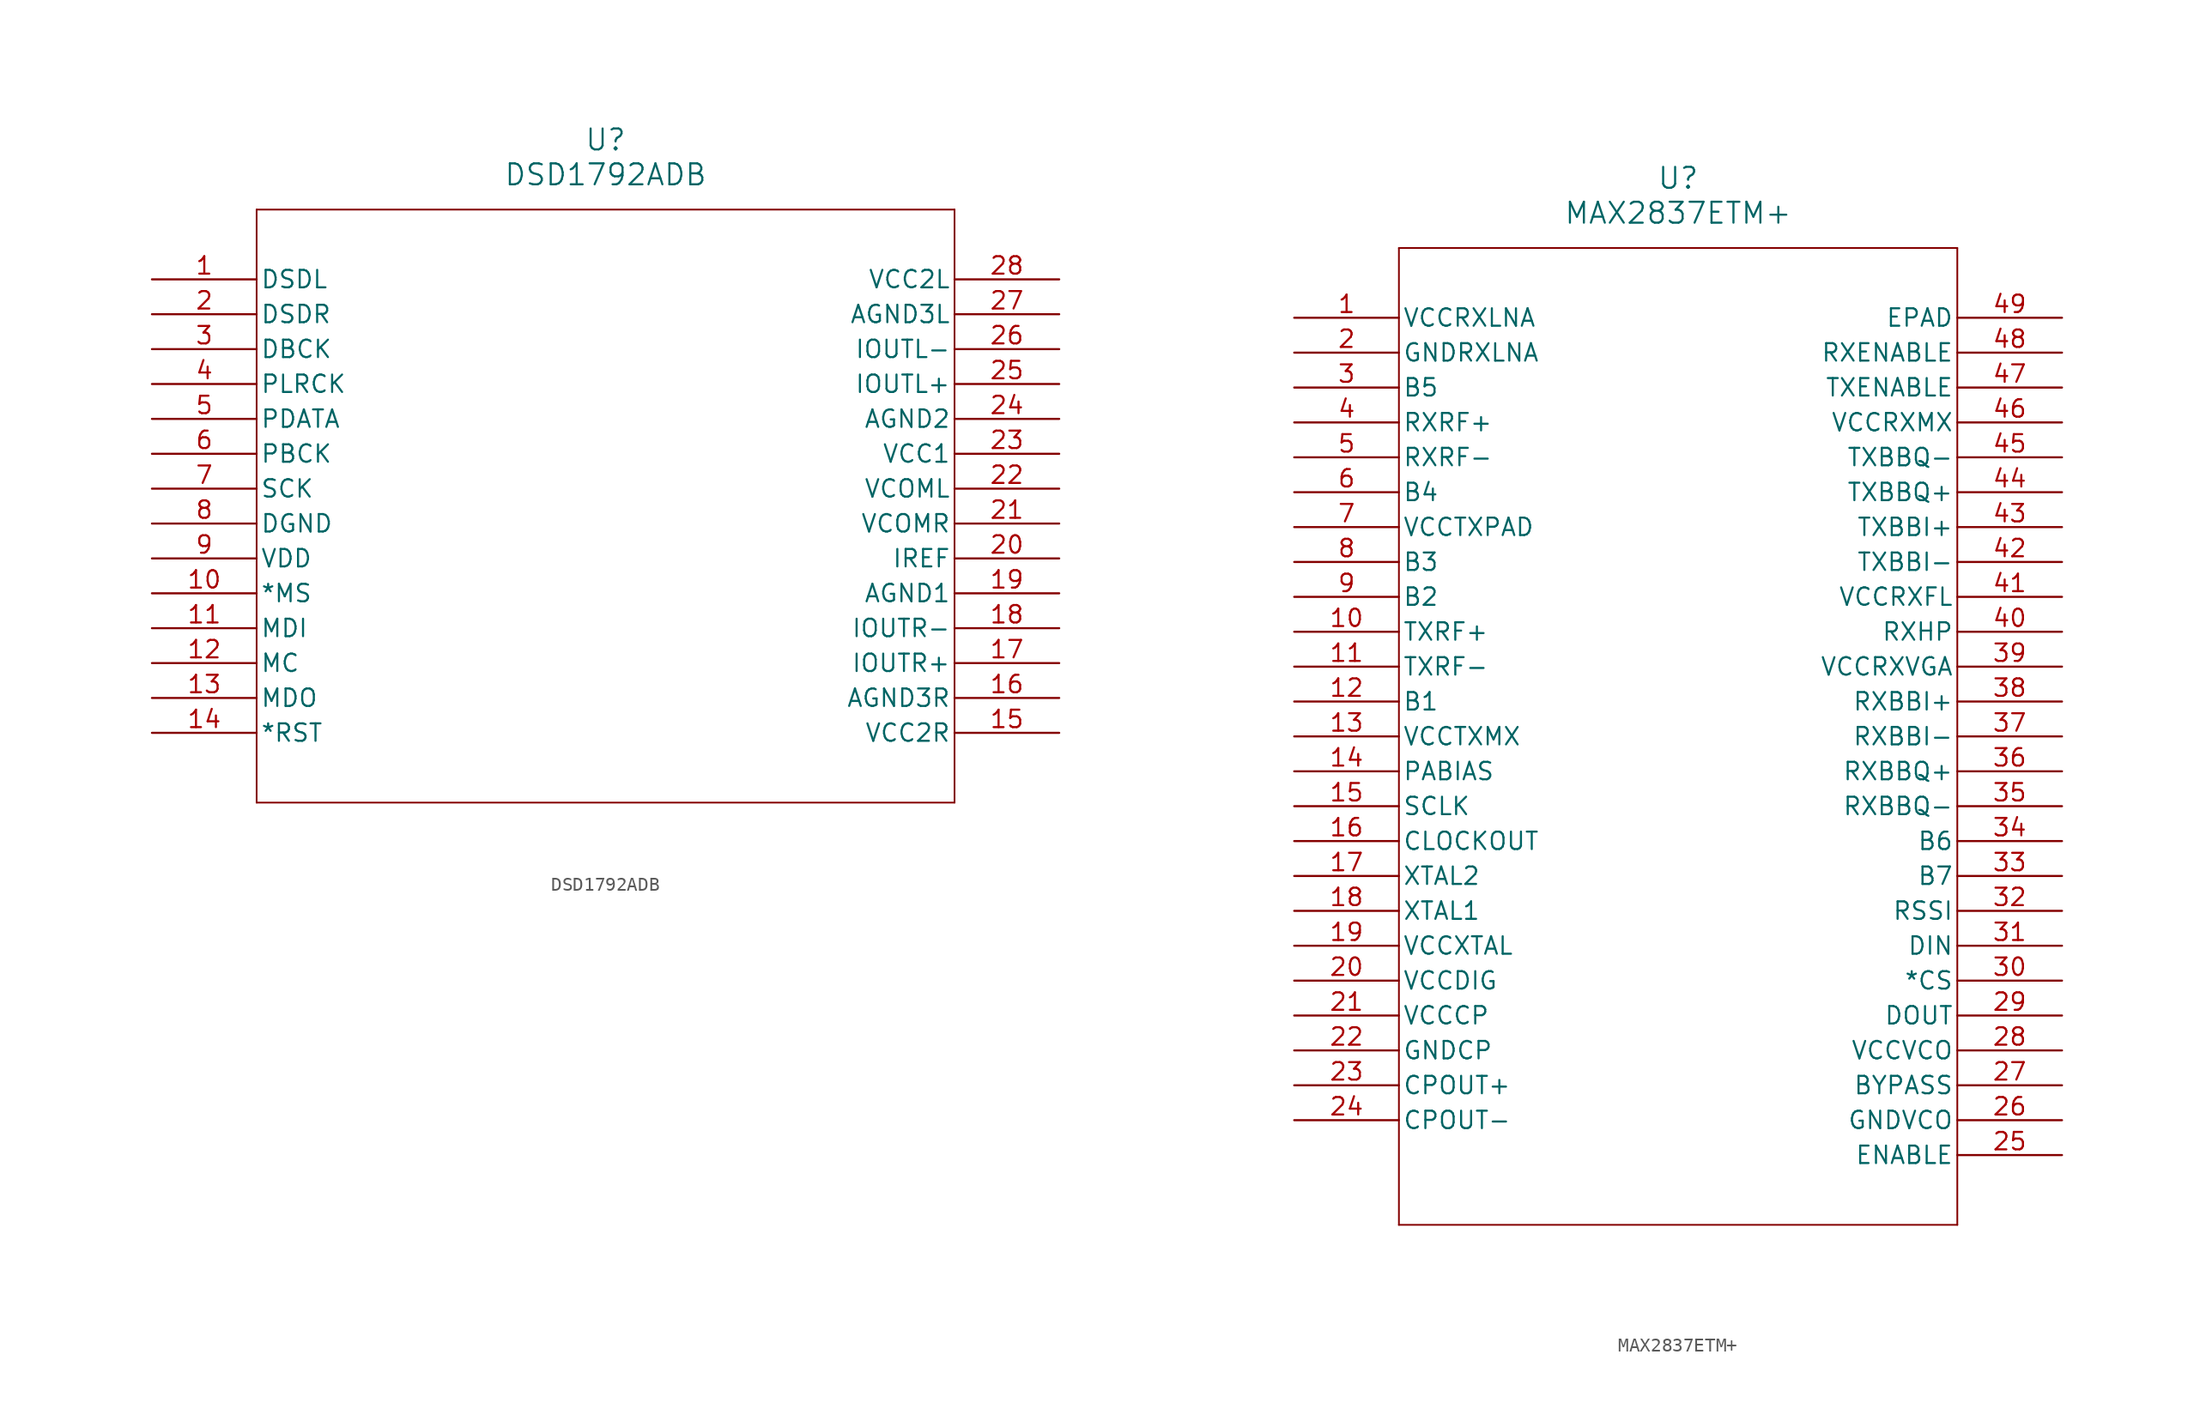
<source format=kicad_sym>
(kicad_symbol_lib
  (version 20241209)
  (generator "kicad_symbol_editor")
  (generator_version "9.0")
  (symbol "DSD1792ADB"
    (pin_names
      (offset 0.254))
    (property "Reference" "U"
      (at 33.02 10.16 0)
      (effects (font (size 1.524 1.524))))
    (property "Value" "DSD1792ADB"
      (at 33.02 7.62 0)
      (effects (font (size 1.524 1.524))))
    (property "ki_locked" ""
      (at 0 0 0)
      (effects (font (size 1.27 1.27))))
    (symbol "DSD1792ADB_0_1"
      (polyline (pts (xy 7.62 5.08) (xy 7.62 -38.1)) (stroke (width 0.127) (type default)) (fill (type none)))
      (polyline (pts (xy 7.62 -38.1) (xy 58.42 -38.1)) (stroke (width 0.127) (type default)) (fill (type none)))
      (polyline (pts (xy 58.42 5.08) (xy 7.62 5.08)) (stroke (width 0.127) (type default)) (fill (type none)))
      (polyline (pts (xy 58.42 -38.1) (xy 58.42 5.08)) (stroke (width 0.127) (type default)) (fill (type none)))
      (pin bidirectional line (at 0 0 0) (length 7.62) (name "DSDL" (effects (font (size 1.27 1.27)))) (number "1" (effects (font (size 1.27 1.27)))))
      (pin bidirectional line (at 0 -2.54 0) (length 7.62) (name "DSDR" (effects (font (size 1.27 1.27)))) (number "2" (effects (font (size 1.27 1.27)))))
      (pin input line (at 0 -5.08 0) (length 7.62) (name "DBCK" (effects (font (size 1.27 1.27)))) (number "3" (effects (font (size 1.27 1.27)))))
      (pin input line (at 0 -7.62 0) (length 7.62) (name "PLRCK" (effects (font (size 1.27 1.27)))) (number "4" (effects (font (size 1.27 1.27)))))
      (pin input line (at 0 -10.16 0) (length 7.62) (name "PDATA" (effects (font (size 1.27 1.27)))) (number "5" (effects (font (size 1.27 1.27)))))
      (pin input line (at 0 -12.7 0) (length 7.62) (name "PBCK" (effects (font (size 1.27 1.27)))) (number "6" (effects (font (size 1.27 1.27)))))
      (pin input line (at 0 -15.24 0) (length 7.62) (name "SCK" (effects (font (size 1.27 1.27)))) (number "7" (effects (font (size 1.27 1.27)))))
      (pin power_in line (at 0 -17.78 0) (length 7.62) (name "DGND" (effects (font (size 1.27 1.27)))) (number "8" (effects (font (size 1.27 1.27)))))
      (pin power_in line (at 0 -20.32 0) (length 7.62) (name "VDD" (effects (font (size 1.27 1.27)))) (number "9" (effects (font (size 1.27 1.27)))))
      (pin bidirectional line (at 0 -22.86 0) (length 7.62) (name "*MS" (effects (font (size 1.27 1.27)))) (number "10" (effects (font (size 1.27 1.27)))))
      (pin input line (at 0 -25.4 0) (length 7.62) (name "MDI" (effects (font (size 1.27 1.27)))) (number "11" (effects (font (size 1.27 1.27)))))
      (pin input line (at 0 -27.94 0) (length 7.62) (name "MC" (effects (font (size 1.27 1.27)))) (number "12" (effects (font (size 1.27 1.27)))))
      (pin output line (at 0 -30.48 0) (length 7.62) (name "MDO" (effects (font (size 1.27 1.27)))) (number "13" (effects (font (size 1.27 1.27)))))
      (pin input line (at 0 -33.02 0) (length 7.62) (name "*RST" (effects (font (size 1.27 1.27)))) (number "14" (effects (font (size 1.27 1.27)))))
      (pin power_in line (at 66.04 0 180) (length 7.62) (name "VCC2L" (effects (font (size 1.27 1.27)))) (number "28" (effects (font (size 1.27 1.27)))))
      (pin power_in line (at 66.04 -2.54 180) (length 7.62) (name "AGND3L" (effects (font (size 1.27 1.27)))) (number "27" (effects (font (size 1.27 1.27)))))
      (pin output line (at 66.04 -5.08 180) (length 7.62) (name "IOUTL-" (effects (font (size 1.27 1.27)))) (number "26" (effects (font (size 1.27 1.27)))))
      (pin output line (at 66.04 -7.62 180) (length 7.62) (name "IOUTL+" (effects (font (size 1.27 1.27)))) (number "25" (effects (font (size 1.27 1.27)))))
      (pin power_in line (at 66.04 -10.16 180) (length 7.62) (name "AGND2" (effects (font (size 1.27 1.27)))) (number "24" (effects (font (size 1.27 1.27)))))
      (pin power_in line (at 66.04 -12.7 180) (length 7.62) (name "VCC1" (effects (font (size 1.27 1.27)))) (number "23" (effects (font (size 1.27 1.27)))))
      (pin power_in line (at 66.04 -15.24 180) (length 7.62) (name "VCOML" (effects (font (size 1.27 1.27)))) (number "22" (effects (font (size 1.27 1.27)))))
      (pin power_in line (at 66.04 -17.78 180) (length 7.62) (name "VCOMR" (effects (font (size 1.27 1.27)))) (number "21" (effects (font (size 1.27 1.27)))))
      (pin output line (at 66.04 -20.32 180) (length 7.62) (name "IREF" (effects (font (size 1.27 1.27)))) (number "20" (effects (font (size 1.27 1.27)))))
      (pin power_in line (at 66.04 -22.86 180) (length 7.62) (name "AGND1" (effects (font (size 1.27 1.27)))) (number "19" (effects (font (size 1.27 1.27)))))
      (pin output line (at 66.04 -25.4 180) (length 7.62) (name "IOUTR-" (effects (font (size 1.27 1.27)))) (number "18" (effects (font (size 1.27 1.27)))))
      (pin output line (at 66.04 -27.94 180) (length 7.62) (name "IOUTR+" (effects (font (size 1.27 1.27)))) (number "17" (effects (font (size 1.27 1.27)))))
      (pin power_in line (at 66.04 -30.48 180) (length 7.62) (name "AGND3R" (effects (font (size 1.27 1.27)))) (number "16" (effects (font (size 1.27 1.27)))))
      (pin power_in line (at 66.04 -33.02 180) (length 7.62) (name "VCC2R" (effects (font (size 1.27 1.27)))) (number "15" (effects (font (size 1.27 1.27)))))))
  (symbol "MAX2837ETM+"
    (pin_names
      (offset 0.254))
    (property "Reference" "U"
      (at 0 40.64 0)
      (effects (font (size 1.524 1.524))))
    (property "Value" "MAX2837ETM+"
      (at 0 38.1 0)
      (effects (font (size 1.524 1.524))))
    (property "ki_locked" ""
      (at 0 0 0)
      (effects (font (size 1.27 1.27))))
    (symbol "MAX2837ETM+_0_1"
      (polyline (pts (xy -20.32 35.56) (xy -20.32 -35.56)) (stroke (width 0.127) (type default)) (fill (type none)))
      (polyline (pts (xy -20.32 -35.56) (xy 20.32 -35.56)) (stroke (width 0.127) (type default)) (fill (type none)))
      (polyline (pts (xy 20.32 35.56) (xy -20.32 35.56)) (stroke (width 0.127) (type default)) (fill (type none)))
      (polyline (pts (xy 20.32 -35.56) (xy 20.32 35.56)) (stroke (width 0.127) (type default)) (fill (type none)))
      (pin power_in line (at -27.94 30.48 0) (length 7.62) (name "VCCRXLNA" (effects (font (size 1.27 1.27)))) (number "1" (effects (font (size 1.27 1.27)))))
      (pin power_in line (at -27.94 27.94 0) (length 7.62) (name "GNDRXLNA" (effects (font (size 1.27 1.27)))) (number "2" (effects (font (size 1.27 1.27)))))
      (pin unspecified line (at -27.94 25.4 0) (length 7.62) (name "B5" (effects (font (size 1.27 1.27)))) (number "3" (effects (font (size 1.27 1.27)))))
      (pin unspecified line (at -27.94 22.86 0) (length 7.62) (name "RXRF+" (effects (font (size 1.27 1.27)))) (number "4" (effects (font (size 1.27 1.27)))))
      (pin unspecified line (at -27.94 20.32 0) (length 7.62) (name "RXRF-" (effects (font (size 1.27 1.27)))) (number "5" (effects (font (size 1.27 1.27)))))
      (pin unspecified line (at -27.94 17.78 0) (length 7.62) (name "B4" (effects (font (size 1.27 1.27)))) (number "6" (effects (font (size 1.27 1.27)))))
      (pin power_in line (at -27.94 15.24 0) (length 7.62) (name "VCCTXPAD" (effects (font (size 1.27 1.27)))) (number "7" (effects (font (size 1.27 1.27)))))
      (pin unspecified line (at -27.94 12.7 0) (length 7.62) (name "B3" (effects (font (size 1.27 1.27)))) (number "8" (effects (font (size 1.27 1.27)))))
      (pin unspecified line (at -27.94 10.16 0) (length 7.62) (name "B2" (effects (font (size 1.27 1.27)))) (number "9" (effects (font (size 1.27 1.27)))))
      (pin unspecified line (at -27.94 7.62 0) (length 7.62) (name "TXRF+" (effects (font (size 1.27 1.27)))) (number "10" (effects (font (size 1.27 1.27)))))
      (pin unspecified line (at -27.94 5.08 0) (length 7.62) (name "TXRF-" (effects (font (size 1.27 1.27)))) (number "11" (effects (font (size 1.27 1.27)))))
      (pin unspecified line (at -27.94 2.54 0) (length 7.62) (name "B1" (effects (font (size 1.27 1.27)))) (number "12" (effects (font (size 1.27 1.27)))))
      (pin power_in line (at -27.94 0 0) (length 7.62) (name "VCCTXMX" (effects (font (size 1.27 1.27)))) (number "13" (effects (font (size 1.27 1.27)))))
      (pin unspecified line (at -27.94 -2.54 0) (length 7.62) (name "PABIAS" (effects (font (size 1.27 1.27)))) (number "14" (effects (font (size 1.27 1.27)))))
      (pin unspecified line (at -27.94 -5.08 0) (length 7.62) (name "SCLK" (effects (font (size 1.27 1.27)))) (number "15" (effects (font (size 1.27 1.27)))))
      (pin output line (at -27.94 -7.62 0) (length 7.62) (name "CLOCKOUT" (effects (font (size 1.27 1.27)))) (number "16" (effects (font (size 1.27 1.27)))))
      (pin unspecified line (at -27.94 -10.16 0) (length 7.62) (name "XTAL2" (effects (font (size 1.27 1.27)))) (number "17" (effects (font (size 1.27 1.27)))))
      (pin unspecified line (at -27.94 -12.7 0) (length 7.62) (name "XTAL1" (effects (font (size 1.27 1.27)))) (number "18" (effects (font (size 1.27 1.27)))))
      (pin power_in line (at -27.94 -15.24 0) (length 7.62) (name "VCCXTAL" (effects (font (size 1.27 1.27)))) (number "19" (effects (font (size 1.27 1.27)))))
      (pin power_in line (at -27.94 -17.78 0) (length 7.62) (name "VCCDIG" (effects (font (size 1.27 1.27)))) (number "20" (effects (font (size 1.27 1.27)))))
      (pin power_in line (at -27.94 -20.32 0) (length 7.62) (name "VCCCP" (effects (font (size 1.27 1.27)))) (number "21" (effects (font (size 1.27 1.27)))))
      (pin power_in line (at -27.94 -22.86 0) (length 7.62) (name "GNDCP" (effects (font (size 1.27 1.27)))) (number "22" (effects (font (size 1.27 1.27)))))
      (pin output line (at -27.94 -25.4 0) (length 7.62) (name "CPOUT+" (effects (font (size 1.27 1.27)))) (number "23" (effects (font (size 1.27 1.27)))))
      (pin output line (at -27.94 -27.94 0) (length 7.62) (name "CPOUT-" (effects (font (size 1.27 1.27)))) (number "24" (effects (font (size 1.27 1.27)))))
      (pin unspecified line (at 27.94 30.48 180) (length 7.62) (name "EPAD" (effects (font (size 1.27 1.27)))) (number "49" (effects (font (size 1.27 1.27)))))
      (pin unspecified line (at 27.94 27.94 180) (length 7.62) (name "RXENABLE" (effects (font (size 1.27 1.27)))) (number "48" (effects (font (size 1.27 1.27)))))
      (pin unspecified line (at 27.94 25.4 180) (length 7.62) (name "TXENABLE" (effects (font (size 1.27 1.27)))) (number "47" (effects (font (size 1.27 1.27)))))
      (pin power_in line (at 27.94 22.86 180) (length 7.62) (name "VCCRXMX" (effects (font (size 1.27 1.27)))) (number "46" (effects (font (size 1.27 1.27)))))
      (pin unspecified line (at 27.94 20.32 180) (length 7.62) (name "TXBBQ-" (effects (font (size 1.27 1.27)))) (number "45" (effects (font (size 1.27 1.27)))))
      (pin unspecified line (at 27.94 17.78 180) (length 7.62) (name "TXBBQ+" (effects (font (size 1.27 1.27)))) (number "44" (effects (font (size 1.27 1.27)))))
      (pin unspecified line (at 27.94 15.24 180) (length 7.62) (name "TXBBI+" (effects (font (size 1.27 1.27)))) (number "43" (effects (font (size 1.27 1.27)))))
      (pin unspecified line (at 27.94 12.7 180) (length 7.62) (name "TXBBI-" (effects (font (size 1.27 1.27)))) (number "42" (effects (font (size 1.27 1.27)))))
      (pin power_in line (at 27.94 10.16 180) (length 7.62) (name "VCCRXFL" (effects (font (size 1.27 1.27)))) (number "41" (effects (font (size 1.27 1.27)))))
      (pin unspecified line (at 27.94 7.62 180) (length 7.62) (name "RXHP" (effects (font (size 1.27 1.27)))) (number "40" (effects (font (size 1.27 1.27)))))
      (pin power_in line (at 27.94 5.08 180) (length 7.62) (name "VCCRXVGA" (effects (font (size 1.27 1.27)))) (number "39" (effects (font (size 1.27 1.27)))))
      (pin unspecified line (at 27.94 2.54 180) (length 7.62) (name "RXBBI+" (effects (font (size 1.27 1.27)))) (number "38" (effects (font (size 1.27 1.27)))))
      (pin unspecified line (at 27.94 0 180) (length 7.62) (name "RXBBI-" (effects (font (size 1.27 1.27)))) (number "37" (effects (font (size 1.27 1.27)))))
      (pin unspecified line (at 27.94 -2.54 180) (length 7.62) (name "RXBBQ+" (effects (font (size 1.27 1.27)))) (number "36" (effects (font (size 1.27 1.27)))))
      (pin unspecified line (at 27.94 -5.08 180) (length 7.62) (name "RXBBQ-" (effects (font (size 1.27 1.27)))) (number "35" (effects (font (size 1.27 1.27)))))
      (pin unspecified line (at 27.94 -7.62 180) (length 7.62) (name "B6" (effects (font (size 1.27 1.27)))) (number "34" (effects (font (size 1.27 1.27)))))
      (pin unspecified line (at 27.94 -10.16 180) (length 7.62) (name "B7" (effects (font (size 1.27 1.27)))) (number "33" (effects (font (size 1.27 1.27)))))
      (pin unspecified line (at 27.94 -12.7 180) (length 7.62) (name "RSSI" (effects (font (size 1.27 1.27)))) (number "32" (effects (font (size 1.27 1.27)))))
      (pin input line (at 27.94 -15.24 180) (length 7.62) (name "DIN" (effects (font (size 1.27 1.27)))) (number "31" (effects (font (size 1.27 1.27)))))
      (pin unspecified line (at 27.94 -17.78 180) (length 7.62) (name "*CS" (effects (font (size 1.27 1.27)))) (number "30" (effects (font (size 1.27 1.27)))))
      (pin output line (at 27.94 -20.32 180) (length 7.62) (name "DOUT" (effects (font (size 1.27 1.27)))) (number "29" (effects (font (size 1.27 1.27)))))
      (pin power_in line (at 27.94 -22.86 180) (length 7.62) (name "VCCVCO" (effects (font (size 1.27 1.27)))) (number "28" (effects (font (size 1.27 1.27)))))
      (pin unspecified line (at 27.94 -25.4 180) (length 7.62) (name "BYPASS" (effects (font (size 1.27 1.27)))) (number "27" (effects (font (size 1.27 1.27)))))
      (pin power_in line (at 27.94 -27.94 180) (length 7.62) (name "GNDVCO" (effects (font (size 1.27 1.27)))) (number "26" (effects (font (size 1.27 1.27)))))
      (pin unspecified line (at 27.94 -30.48 180) (length 7.62) (name "ENABLE" (effects (font (size 1.27 1.27)))) (number "25" (effects (font (size 1.27 1.27))))))))
</source>
